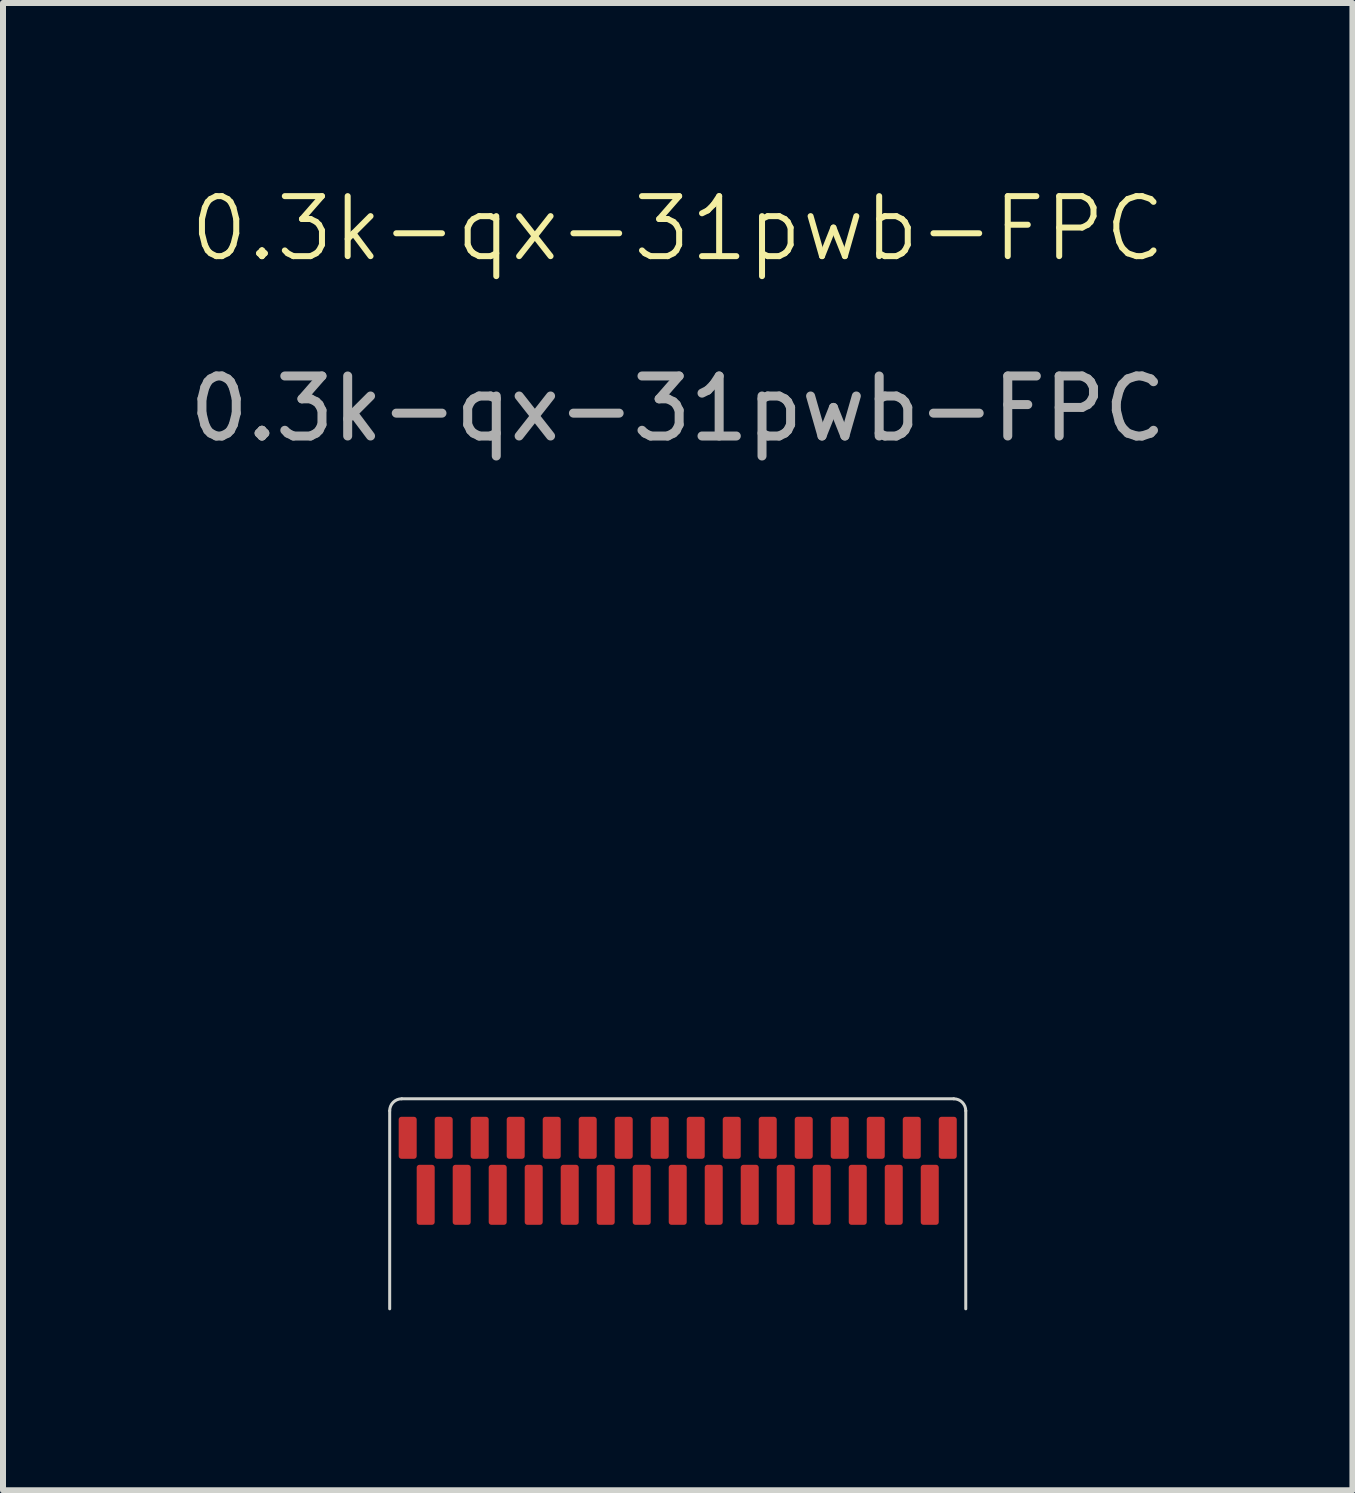
<source format=kicad_pcb>
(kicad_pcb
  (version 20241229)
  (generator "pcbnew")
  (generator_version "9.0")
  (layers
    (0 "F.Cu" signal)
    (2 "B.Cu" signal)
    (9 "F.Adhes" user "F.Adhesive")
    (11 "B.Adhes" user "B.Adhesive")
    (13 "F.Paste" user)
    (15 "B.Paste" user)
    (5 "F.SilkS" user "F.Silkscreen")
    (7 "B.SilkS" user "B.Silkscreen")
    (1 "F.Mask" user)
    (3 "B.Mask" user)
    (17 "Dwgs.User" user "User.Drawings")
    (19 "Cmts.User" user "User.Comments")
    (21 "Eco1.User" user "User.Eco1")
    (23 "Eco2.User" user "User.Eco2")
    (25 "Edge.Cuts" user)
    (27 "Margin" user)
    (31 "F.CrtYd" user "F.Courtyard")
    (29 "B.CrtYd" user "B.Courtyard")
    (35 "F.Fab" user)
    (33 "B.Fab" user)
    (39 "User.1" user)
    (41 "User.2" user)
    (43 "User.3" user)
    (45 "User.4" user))
  (footprint "0.3k-qx-31pwb-FPC"
    (layer "F.Cu")
    (at 8.244 15.261)
    (property "Reference" "0.3k-qx-31pwb-FPC" (at 0 -14.5 0) (unlocked yes) (layer "F.SilkS") (effects (font (size 1 1) (thickness 0.1))))
    (attr smd)
    (fp_line (start -4.8 0.2) (end -4.8 3.5) (stroke (width 0.05) (type default)) (layer "Edge.Cuts"))
    (fp_line (start -4.6 0) (end 4.6 0) (stroke (width 0.05) (type solid)) (layer "Edge.Cuts"))
    (fp_line (start 4.8 0.2) (end 4.8 3.5) (stroke (width 0.05) (type default)) (layer "Edge.Cuts"))
    (fp_arc (start -4.8 0.2) (mid -4.741421 0.058579) (end -4.6 0) (stroke (width 0.05) (type default)) (layer "Edge.Cuts"))
    (fp_arc (start 4.6 0) (mid 4.741421 0.058579) (end 4.8 0.2) (stroke (width 0.05) (type default)) (layer "Edge.Cuts"))
    (fp_line (start -4.8 2.5) (end 4.8 2.5) (stroke (width 0.05) (type solid)) (layer "User.1"))
    (fp_line (start -4.8 3.5) (end 4.8 3.5) (stroke (width 0.05) (type solid)) (layer "User.2"))
    (fp_text user "${REFERENCE}" (at 0 -11.5 0) (unlocked yes) (layer "F.Fab") (effects (font (size 1 1) (thickness 0.15))))
    (pad "1" smd roundrect (at -4.5 0.65) (size 0.3 0.7) (layers "F.Cu" "F.Mask" "F.Paste") (roundrect_rratio 0.15))
    (pad "2" smd roundrect (at -4.2 1.6) (size 0.3 1) (layers "F.Cu" "F.Mask" "F.Paste") (roundrect_rratio 0.15))
    (pad "3" smd roundrect (at -3.9 0.65) (size 0.3 0.7) (layers "F.Cu" "F.Mask" "F.Paste") (roundrect_rratio 0.15))
    (pad "4" smd roundrect (at -3.6 1.6) (size 0.3 1) (layers "F.Cu" "F.Mask" "F.Paste") (roundrect_rratio 0.15))
    (pad "5" smd roundrect (at -3.3 0.65) (size 0.3 0.7) (layers "F.Cu" "F.Mask" "F.Paste") (roundrect_rratio 0.15))
    (pad "6" smd roundrect (at -3 1.6) (size 0.3 1) (layers "F.Cu" "F.Mask" "F.Paste") (roundrect_rratio 0.15))
    (pad "7" smd roundrect (at -2.7 0.65) (size 0.3 0.7) (layers "F.Cu" "F.Mask" "F.Paste") (roundrect_rratio 0.15))
    (pad "8" smd roundrect (at -2.4 1.6) (size 0.3 1) (layers "F.Cu" "F.Mask" "F.Paste") (roundrect_rratio 0.15))
    (pad "9" smd roundrect (at -2.1 0.65) (size 0.3 0.7) (layers "F.Cu" "F.Mask" "F.Paste") (roundrect_rratio 0.15))
    (pad "10" smd roundrect (at -1.8 1.6) (size 0.3 1) (layers "F.Cu" "F.Mask" "F.Paste") (roundrect_rratio 0.15))
    (pad "11" smd roundrect (at -1.5 0.65) (size 0.3 0.7) (layers "F.Cu" "F.Mask" "F.Paste") (roundrect_rratio 0.15))
    (pad "12" smd roundrect (at -1.2 1.6) (size 0.3 1) (layers "F.Cu" "F.Mask" "F.Paste") (roundrect_rratio 0.15))
    (pad "13" smd roundrect (at -0.9 0.65) (size 0.3 0.7) (layers "F.Cu" "F.Mask" "F.Paste") (roundrect_rratio 0.15))
    (pad "14" smd roundrect (at -0.6 1.6) (size 0.3 1) (layers "F.Cu" "F.Mask" "F.Paste") (roundrect_rratio 0.15))
    (pad "15" smd roundrect (at -0.3 0.65) (size 0.3 0.7) (layers "F.Cu" "F.Mask" "F.Paste") (roundrect_rratio 0.15))
    (pad "16" smd roundrect (at 0 1.6) (size 0.3 1) (layers "F.Cu" "F.Mask" "F.Paste") (roundrect_rratio 0.15))
    (pad "17" smd roundrect (at 0.3 0.65) (size 0.3 0.7) (layers "F.Cu" "F.Mask" "F.Paste") (roundrect_rratio 0.15))
    (pad "18" smd roundrect (at 0.6 1.6) (size 0.3 1) (layers "F.Cu" "F.Mask" "F.Paste") (roundrect_rratio 0.15))
    (pad "19" smd roundrect (at 0.9 0.65) (size 0.3 0.7) (layers "F.Cu" "F.Mask" "F.Paste") (roundrect_rratio 0.15))
    (pad "20" smd roundrect (at 1.2 1.6) (size 0.3 1) (layers "F.Cu" "F.Mask" "F.Paste") (roundrect_rratio 0.15))
    (pad "21" smd roundrect (at 1.5 0.65) (size 0.3 0.7) (layers "F.Cu" "F.Mask" "F.Paste") (roundrect_rratio 0.15))
    (pad "22" smd roundrect (at 1.8 1.6) (size 0.3 1) (layers "F.Cu" "F.Mask" "F.Paste") (roundrect_rratio 0.15))
    (pad "23" smd roundrect (at 2.1 0.65) (size 0.3 0.7) (layers "F.Cu" "F.Mask" "F.Paste") (roundrect_rratio 0.15))
    (pad "24" smd roundrect (at 2.4 1.6) (size 0.3 1) (layers "F.Cu" "F.Mask" "F.Paste") (roundrect_rratio 0.15))
    (pad "25" smd roundrect (at 2.7 0.65) (size 0.3 0.7) (layers "F.Cu" "F.Mask" "F.Paste") (roundrect_rratio 0.15))
    (pad "26" smd roundrect (at 3 1.6) (size 0.3 1) (layers "F.Cu" "F.Mask" "F.Paste") (roundrect_rratio 0.15))
    (pad "27" smd roundrect (at 3.3 0.65) (size 0.3 0.7) (layers "F.Cu" "F.Mask" "F.Paste") (roundrect_rratio 0.15))
    (pad "28" smd roundrect (at 3.6 1.6) (size 0.3 1) (layers "F.Cu" "F.Mask" "F.Paste") (roundrect_rratio 0.15))
    (pad "29" smd roundrect (at 3.9 0.65) (size 0.3 0.7) (layers "F.Cu" "F.Mask" "F.Paste") (roundrect_rratio 0.15))
    (pad "30" smd roundrect (at 4.2 1.6) (size 0.3 1) (layers "F.Cu" "F.Mask" "F.Paste") (roundrect_rratio 0.15))
    (pad "31" smd roundrect (at 4.5 0.65) (size 0.3 0.7) (layers "F.Cu" "F.Mask" "F.Paste") (roundrect_rratio 0.15)))
  (gr_rect
    (start -3 -3)
    (end 19.488 21.785)
    (stroke (width 0.1) (type default))
    (fill no)
    (layer "Edge.Cuts")))
</source>
